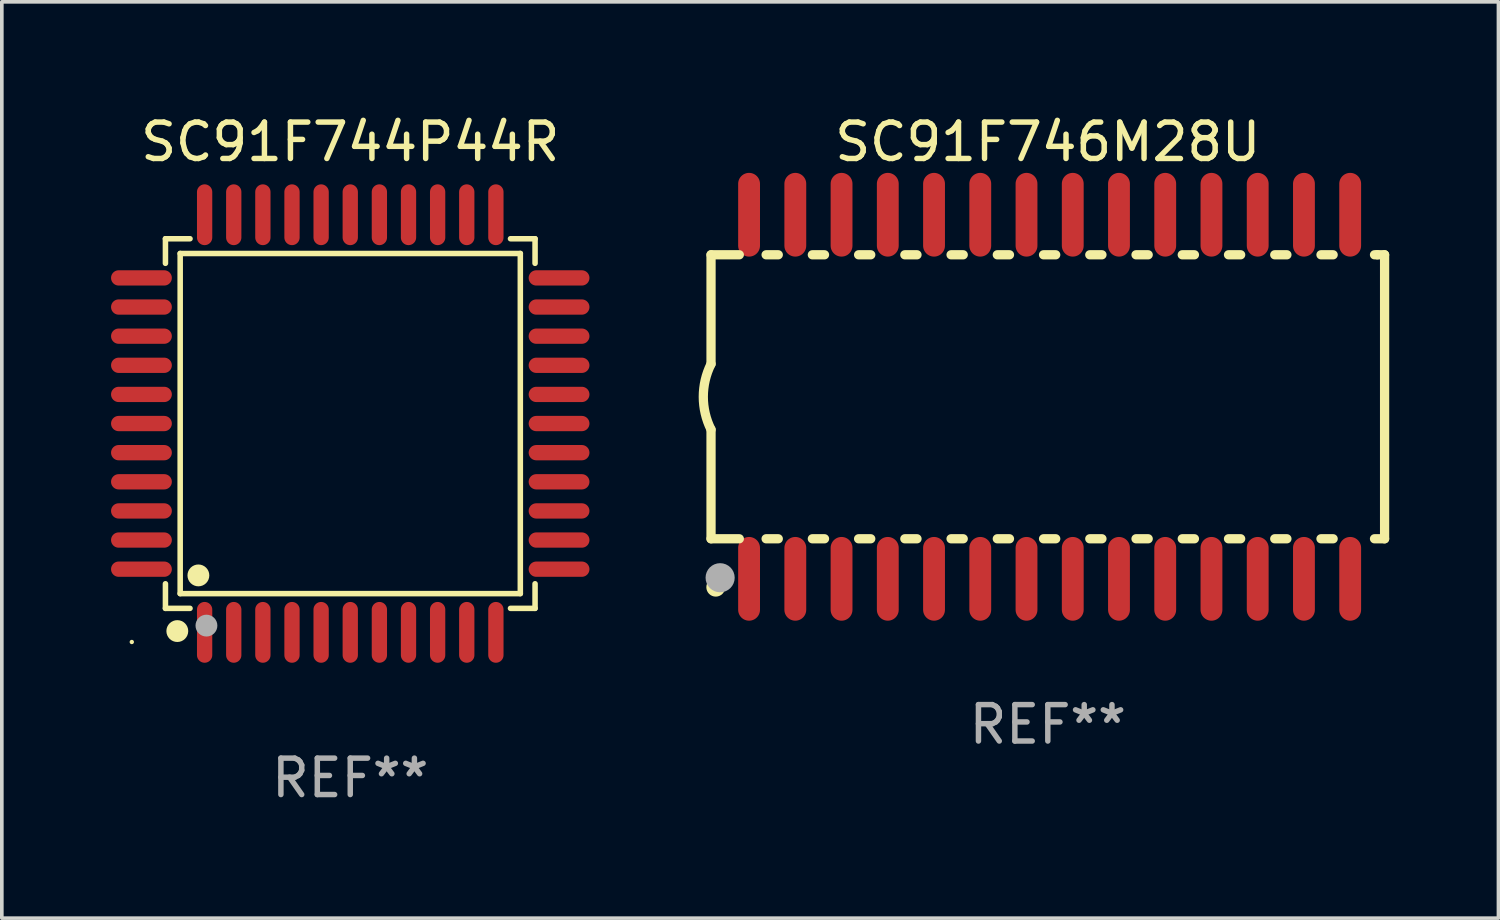
<source format=kicad_pcb>
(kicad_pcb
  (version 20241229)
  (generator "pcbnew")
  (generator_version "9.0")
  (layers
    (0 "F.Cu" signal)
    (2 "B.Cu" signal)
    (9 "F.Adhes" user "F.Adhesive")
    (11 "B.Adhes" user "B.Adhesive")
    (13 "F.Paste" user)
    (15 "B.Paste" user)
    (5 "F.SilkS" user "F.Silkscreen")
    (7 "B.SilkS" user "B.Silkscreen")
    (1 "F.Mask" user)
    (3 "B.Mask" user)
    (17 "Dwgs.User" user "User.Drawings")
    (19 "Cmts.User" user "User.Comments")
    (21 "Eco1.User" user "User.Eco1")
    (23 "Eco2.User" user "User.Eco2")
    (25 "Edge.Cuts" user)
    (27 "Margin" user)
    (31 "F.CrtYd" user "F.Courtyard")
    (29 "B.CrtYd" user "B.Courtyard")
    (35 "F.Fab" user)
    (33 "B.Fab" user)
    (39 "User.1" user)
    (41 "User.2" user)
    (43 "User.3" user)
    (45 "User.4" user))
  (footprint "SC91F746M28U"
    (layer "F.Cu")
    (at 25.729 7.848)
    (property "Reference" "SC91F746M28U" (at 0 -7 0) (layer "F.SilkS") (effects (font (size 1 1) (thickness 0.15))))
    (attr through_hole)
    (fp_line (start -9.25 -3.9) (end -9.25 -0.9) (stroke (width 0.254) (type solid)) (layer "F.SilkS"))
    (fp_line (start -9.25 -3.9) (end -8.473 -3.9) (stroke (width 0.254) (type solid)) (layer "F.SilkS"))
    (fp_line (start -9.25 3.9) (end -9.25 0.9) (stroke (width 0.254) (type solid)) (layer "F.SilkS"))
    (fp_line (start -9.25 3.9) (end -8.473 3.9) (stroke (width 0.254) (type solid)) (layer "F.SilkS"))
    (fp_line (start -7.737 -3.9) (end -7.403 -3.9) (stroke (width 0.254) (type solid)) (layer "F.SilkS"))
    (fp_line (start -7.737 3.9) (end -7.403 3.9) (stroke (width 0.254) (type solid)) (layer "F.SilkS"))
    (fp_line (start -6.467 3.9) (end -6.133 3.9) (stroke (width 0.254) (type solid)) (layer "F.SilkS"))
    (fp_line (start -6.467 -3.9) (end -6.133 -3.9) (stroke (width 0.254) (type solid)) (layer "F.SilkS"))
    (fp_line (start -5.197 3.9) (end -4.863 3.9) (stroke (width 0.254) (type solid)) (layer "F.SilkS"))
    (fp_line (start -5.197 -3.9) (end -4.863 -3.9) (stroke (width 0.254) (type solid)) (layer "F.SilkS"))
    (fp_line (start -3.927 3.9) (end -3.593 3.9) (stroke (width 0.254) (type solid)) (layer "F.SilkS"))
    (fp_line (start -3.927 -3.9) (end -3.593 -3.9) (stroke (width 0.254) (type solid)) (layer "F.SilkS"))
    (fp_line (start -2.657 3.9) (end -2.323 3.9) (stroke (width 0.254) (type solid)) (layer "F.SilkS"))
    (fp_line (start -2.657 -3.9) (end -2.323 -3.9) (stroke (width 0.254) (type solid)) (layer "F.SilkS"))
    (fp_line (start -1.387 3.9) (end -1.053 3.9) (stroke (width 0.254) (type solid)) (layer "F.SilkS"))
    (fp_line (start -1.387 -3.9) (end -1.053 -3.9) (stroke (width 0.254) (type solid)) (layer "F.SilkS"))
    (fp_line (start -0.117 3.9) (end 0.217 3.9) (stroke (width 0.254) (type solid)) (layer "F.SilkS"))
    (fp_line (start -0.117 -3.9) (end 0.217 -3.9) (stroke (width 0.254) (type solid)) (layer "F.SilkS"))
    (fp_line (start 1.153 3.9) (end 1.487 3.9) (stroke (width 0.254) (type solid)) (layer "F.SilkS"))
    (fp_line (start 1.153 -3.9) (end 1.487 -3.9) (stroke (width 0.254) (type solid)) (layer "F.SilkS"))
    (fp_line (start 2.423 3.9) (end 2.757 3.9) (stroke (width 0.254) (type solid)) (layer "F.SilkS"))
    (fp_line (start 2.423 -3.9) (end 2.757 -3.9) (stroke (width 0.254) (type solid)) (layer "F.SilkS"))
    (fp_line (start 3.693 3.9) (end 4.027 3.9) (stroke (width 0.254) (type solid)) (layer "F.SilkS"))
    (fp_line (start 3.693 -3.9) (end 4.027 -3.9) (stroke (width 0.254) (type solid)) (layer "F.SilkS"))
    (fp_line (start 4.963 3.9) (end 5.297 3.9) (stroke (width 0.254) (type solid)) (layer "F.SilkS"))
    (fp_line (start 4.963 -3.9) (end 5.297 -3.9) (stroke (width 0.254) (type solid)) (layer "F.SilkS"))
    (fp_line (start 6.233 3.9) (end 6.567 3.9) (stroke (width 0.254) (type solid)) (layer "F.SilkS"))
    (fp_line (start 6.233 -3.9) (end 6.567 -3.9) (stroke (width 0.254) (type solid)) (layer "F.SilkS"))
    (fp_line (start 7.503 -3.9) (end 7.837 -3.9) (stroke (width 0.254) (type solid)) (layer "F.SilkS"))
    (fp_line (start 7.503 3.9) (end 7.837 3.9) (stroke (width 0.254) (type solid)) (layer "F.SilkS"))
    (fp_line (start 8.973 -3.9) (end 9.05 -3.9) (stroke (width 0.254) (type solid)) (layer "F.SilkS"))
    (fp_line (start 8.973 3.9) (end 9.25 3.9) (stroke (width 0.254) (type solid)) (layer "F.SilkS"))
    (fp_line (start 9.05 -3.9) (end 9.25 -3.9) (stroke (width 0.254) (type solid)) (layer "F.SilkS"))
    (fp_line (start 9.25 -3.9) (end 9.25 3.9) (stroke (width 0.254) (type solid)) (layer "F.SilkS"))
    (fp_arc (start -9.249619 0.900432) (mid -9.462013 0.000246) (end -9.249873 -0.9) (stroke (width 0.254001) (type solid)) (layer "F.SilkS"))
    (fp_circle (center -9.2 5.3) (end -9.17 5.3) (stroke (width 0.06) (type solid)) (fill no) (layer "F.SilkS"))
    (fp_circle (center -9.12 5.23) (end -8.988 5.23) (stroke (width 0.254) (type solid)) (fill no) (layer "F.SilkS"))
    (fp_circle (center -9 4.97) (end -8.8 4.97) (stroke (width 0.4) (type solid)) (fill no) (layer "F.Fab"))
    (fp_text user "REF**" (at 0 9 0) (layer "F.Fab") (effects (font (size 1 1) (thickness 0.15))))
    (pad "1" smd oval (at -8.205 5) (size 0.6 2.3) (layers "F.Cu" "F.Mask" "F.Paste"))
    (pad "2" smd oval (at -6.935 5) (size 0.6 2.3) (layers "F.Cu" "F.Mask" "F.Paste"))
    (pad "3" smd oval (at -5.665 5) (size 0.6 2.3) (layers "F.Cu" "F.Mask" "F.Paste"))
    (pad "4" smd oval (at -4.395 5) (size 0.6 2.3) (layers "F.Cu" "F.Mask" "F.Paste"))
    (pad "5" smd oval (at -3.125 5) (size 0.6 2.3) (layers "F.Cu" "F.Mask" "F.Paste"))
    (pad "6" smd oval (at -1.855 5) (size 0.6 2.3) (layers "F.Cu" "F.Mask" "F.Paste"))
    (pad "7" smd oval (at -0.585 5) (size 0.6 2.3) (layers "F.Cu" "F.Mask" "F.Paste"))
    (pad "8" smd oval (at 0.685 5) (size 0.6 2.3) (layers "F.Cu" "F.Mask" "F.Paste"))
    (pad "9" smd oval (at 1.955 5) (size 0.6 2.3) (layers "F.Cu" "F.Mask" "F.Paste"))
    (pad "10" smd oval (at 3.225 5) (size 0.6 2.3) (layers "F.Cu" "F.Mask" "F.Paste"))
    (pad "11" smd oval (at 4.495 5) (size 0.6 2.3) (layers "F.Cu" "F.Mask" "F.Paste"))
    (pad "12" smd oval (at 5.765 5) (size 0.6 2.3) (layers "F.Cu" "F.Mask" "F.Paste"))
    (pad "13" smd oval (at 7.035 5) (size 0.6 2.3) (layers "F.Cu" "F.Mask" "F.Paste"))
    (pad "14" smd oval (at 8.305 5) (size 0.6 2.3) (layers "F.Cu" "F.Mask" "F.Paste"))
    (pad "15" smd oval (at 8.305 -5) (size 0.6 2.3) (layers "F.Cu" "F.Mask" "F.Paste"))
    (pad "16" smd oval (at 7.035 -5) (size 0.6 2.3) (layers "F.Cu" "F.Mask" "F.Paste"))
    (pad "17" smd oval (at 5.765 -5) (size 0.6 2.3) (layers "F.Cu" "F.Mask" "F.Paste"))
    (pad "18" smd oval (at 4.495 -5) (size 0.6 2.3) (layers "F.Cu" "F.Mask" "F.Paste"))
    (pad "19" smd oval (at 3.225 -5) (size 0.6 2.3) (layers "F.Cu" "F.Mask" "F.Paste"))
    (pad "20" smd oval (at 1.955 -5) (size 0.6 2.3) (layers "F.Cu" "F.Mask" "F.Paste"))
    (pad "21" smd oval (at 0.685 -5) (size 0.6 2.3) (layers "F.Cu" "F.Mask" "F.Paste"))
    (pad "22" smd oval (at -0.585 -5) (size 0.6 2.3) (layers "F.Cu" "F.Mask" "F.Paste"))
    (pad "23" smd oval (at -1.855 -5) (size 0.6 2.3) (layers "F.Cu" "F.Mask" "F.Paste"))
    (pad "24" smd oval (at -3.125 -5) (size 0.6 2.3) (layers "F.Cu" "F.Mask" "F.Paste"))
    (pad "25" smd oval (at -4.395 -5) (size 0.6 2.3) (layers "F.Cu" "F.Mask" "F.Paste"))
    (pad "26" smd oval (at -5.665 -5) (size 0.6 2.3) (layers "F.Cu" "F.Mask" "F.Paste"))
    (pad "27" smd oval (at -6.935 -5) (size 0.6 2.3) (layers "F.Cu" "F.Mask" "F.Paste"))
    (pad "28" smd oval (at -8.205 -5) (size 0.6 2.3) (layers "F.Cu" "F.Mask" "F.Paste")))
  (footprint "SC91F744P44R"
    (layer "F.Cu")
    (at 6.57 8.583)
    (property "Reference" "SC91F744P44R" (at 0 -7.735 0) (layer "F.SilkS") (effects (font (size 1 1) (thickness 0.15))))
    (attr through_hole)
    (fp_line (start -5.076 -5.076) (end -4.401 -5.076) (stroke (width 0.152) (type solid)) (layer "F.SilkS"))
    (fp_line (start -5.076 -4.401) (end -5.076 -5.076) (stroke (width 0.152) (type solid)) (layer "F.SilkS"))
    (fp_line (start -5.076 4.401) (end -5.076 5.076) (stroke (width 0.152) (type solid)) (layer "F.SilkS"))
    (fp_line (start -5.076 5.076) (end -4.401 5.076) (stroke (width 0.152) (type solid)) (layer "F.SilkS"))
    (fp_line (start -4.671 -4.671) (end 4.671 -4.671) (stroke (width 0.152) (type solid)) (layer "F.SilkS"))
    (fp_line (start -4.671 4.671) (end -4.671 -4.671) (stroke (width 0.152) (type solid)) (layer "F.SilkS"))
    (fp_line (start 4.671 -4.671) (end 4.671 4.671) (stroke (width 0.152) (type solid)) (layer "F.SilkS"))
    (fp_line (start 4.671 4.671) (end -4.671 4.671) (stroke (width 0.152) (type solid)) (layer "F.SilkS"))
    (fp_line (start 5.076 -5.076) (end 4.401 -5.076) (stroke (width 0.152) (type solid)) (layer "F.SilkS"))
    (fp_line (start 5.076 -4.401) (end 5.076 -5.076) (stroke (width 0.152) (type solid)) (layer "F.SilkS"))
    (fp_line (start 5.076 4.401) (end 5.076 5.076) (stroke (width 0.152) (type solid)) (layer "F.SilkS"))
    (fp_line (start 5.076 5.076) (end 4.401 5.076) (stroke (width 0.152) (type solid)) (layer "F.SilkS"))
    (fp_circle (center -6 6) (end -5.97 6) (stroke (width 0.06) (type solid)) (fill no) (layer "F.SilkS"))
    (fp_circle (center -4.75 5.7) (end -4.6 5.7) (stroke (width 0.3) (type solid)) (fill no) (layer "F.SilkS"))
    (fp_circle (center -4.171 4.171) (end -4.021 4.171) (stroke (width 0.3) (type solid)) (fill no) (layer "F.SilkS"))
    (fp_circle (center -3.95 5.55) (end -3.8 5.55) (stroke (width 0.3) (type solid)) (fill no) (layer "F.Fab"))
    (fp_text user "REF**" (at 0 9.735 0) (layer "F.Fab") (effects (font (size 1 1) (thickness 0.15))))
    (pad "1" smd oval (at -4 5.735) (size 0.42 1.67) (layers "F.Cu" "F.Mask" "F.Paste"))
    (pad "2" smd oval (at -3.2 5.735) (size 0.42 1.67) (layers "F.Cu" "F.Mask" "F.Paste"))
    (pad "3" smd oval (at -2.4 5.735) (size 0.42 1.67) (layers "F.Cu" "F.Mask" "F.Paste"))
    (pad "4" smd oval (at -1.6 5.735) (size 0.42 1.67) (layers "F.Cu" "F.Mask" "F.Paste"))
    (pad "5" smd oval (at -0.8 5.735) (size 0.42 1.67) (layers "F.Cu" "F.Mask" "F.Paste"))
    (pad "6" smd oval (at 0 5.735) (size 0.42 1.67) (layers "F.Cu" "F.Mask" "F.Paste"))
    (pad "7" smd oval (at 0.8 5.735) (size 0.42 1.67) (layers "F.Cu" "F.Mask" "F.Paste"))
    (pad "8" smd oval (at 1.6 5.735) (size 0.42 1.67) (layers "F.Cu" "F.Mask" "F.Paste"))
    (pad "9" smd oval (at 2.4 5.735) (size 0.42 1.67) (layers "F.Cu" "F.Mask" "F.Paste"))
    (pad "10" smd oval (at 3.2 5.735) (size 0.42 1.67) (layers "F.Cu" "F.Mask" "F.Paste"))
    (pad "11" smd oval (at 4 5.735) (size 0.42 1.67) (layers "F.Cu" "F.Mask" "F.Paste"))
    (pad "12" smd oval (at 5.735 4) (size 1.67 0.42) (layers "F.Cu" "F.Mask" "F.Paste"))
    (pad "13" smd oval (at 5.735 3.2) (size 1.67 0.42) (layers "F.Cu" "F.Mask" "F.Paste"))
    (pad "14" smd oval (at 5.735 2.4) (size 1.67 0.42) (layers "F.Cu" "F.Mask" "F.Paste"))
    (pad "15" smd oval (at 5.735 1.6) (size 1.67 0.42) (layers "F.Cu" "F.Mask" "F.Paste"))
    (pad "16" smd oval (at 5.735 0.8) (size 1.67 0.42) (layers "F.Cu" "F.Mask" "F.Paste"))
    (pad "17" smd oval (at 5.735 0) (size 1.67 0.42) (layers "F.Cu" "F.Mask" "F.Paste"))
    (pad "18" smd oval (at 5.735 -0.8) (size 1.67 0.42) (layers "F.Cu" "F.Mask" "F.Paste"))
    (pad "19" smd oval (at 5.735 -1.6) (size 1.67 0.42) (layers "F.Cu" "F.Mask" "F.Paste"))
    (pad "20" smd oval (at 5.735 -2.4) (size 1.67 0.42) (layers "F.Cu" "F.Mask" "F.Paste"))
    (pad "21" smd oval (at 5.735 -3.2) (size 1.67 0.42) (layers "F.Cu" "F.Mask" "F.Paste"))
    (pad "22" smd oval (at 5.735 -4) (size 1.67 0.42) (layers "F.Cu" "F.Mask" "F.Paste"))
    (pad "23" smd oval (at 4 -5.735) (size 0.42 1.67) (layers "F.Cu" "F.Mask" "F.Paste"))
    (pad "24" smd oval (at 3.2 -5.735) (size 0.42 1.67) (layers "F.Cu" "F.Mask" "F.Paste"))
    (pad "25" smd oval (at 2.4 -5.735) (size 0.42 1.67) (layers "F.Cu" "F.Mask" "F.Paste"))
    (pad "26" smd oval (at 1.6 -5.735) (size 0.42 1.67) (layers "F.Cu" "F.Mask" "F.Paste"))
    (pad "27" smd oval (at 0.8 -5.735) (size 0.42 1.67) (layers "F.Cu" "F.Mask" "F.Paste"))
    (pad "28" smd oval (at 0 -5.735) (size 0.42 1.67) (layers "F.Cu" "F.Mask" "F.Paste"))
    (pad "29" smd oval (at -0.8 -5.735) (size 0.42 1.67) (layers "F.Cu" "F.Mask" "F.Paste"))
    (pad "30" smd oval (at -1.6 -5.735) (size 0.42 1.67) (layers "F.Cu" "F.Mask" "F.Paste"))
    (pad "31" smd oval (at -2.4 -5.735) (size 0.42 1.67) (layers "F.Cu" "F.Mask" "F.Paste"))
    (pad "32" smd oval (at -3.2 -5.735) (size 0.42 1.67) (layers "F.Cu" "F.Mask" "F.Paste"))
    (pad "33" smd oval (at -4 -5.735) (size 0.42 1.67) (layers "F.Cu" "F.Mask" "F.Paste"))
    (pad "34" smd oval (at -5.735 -4) (size 1.67 0.42) (layers "F.Cu" "F.Mask" "F.Paste"))
    (pad "35" smd oval (at -5.735 -3.2) (size 1.67 0.42) (layers "F.Cu" "F.Mask" "F.Paste"))
    (pad "36" smd oval (at -5.735 -2.4) (size 1.67 0.42) (layers "F.Cu" "F.Mask" "F.Paste"))
    (pad "37" smd oval (at -5.735 -1.6) (size 1.67 0.42) (layers "F.Cu" "F.Mask" "F.Paste"))
    (pad "38" smd oval (at -5.735 -0.8) (size 1.67 0.42) (layers "F.Cu" "F.Mask" "F.Paste"))
    (pad "39" smd oval (at -5.735 0) (size 1.67 0.42) (layers "F.Cu" "F.Mask" "F.Paste"))
    (pad "40" smd oval (at -5.735 0.8) (size 1.67 0.42) (layers "F.Cu" "F.Mask" "F.Paste"))
    (pad "41" smd oval (at -5.735 1.6) (size 1.67 0.42) (layers "F.Cu" "F.Mask" "F.Paste"))
    (pad "42" smd oval (at -5.735 2.4) (size 1.67 0.42) (layers "F.Cu" "F.Mask" "F.Paste"))
    (pad "43" smd oval (at -5.735 3.2) (size 1.67 0.42) (layers "F.Cu" "F.Mask" "F.Paste"))
    (pad "44" smd oval (at -5.735 4) (size 1.67 0.42) (layers "F.Cu" "F.Mask" "F.Paste")))
  (gr_rect
    (start -3 -3)
    (end 38.106 22.167)
    (stroke (width 0.1) (type default))
    (fill no)
    (layer "Edge.Cuts")))
</source>
